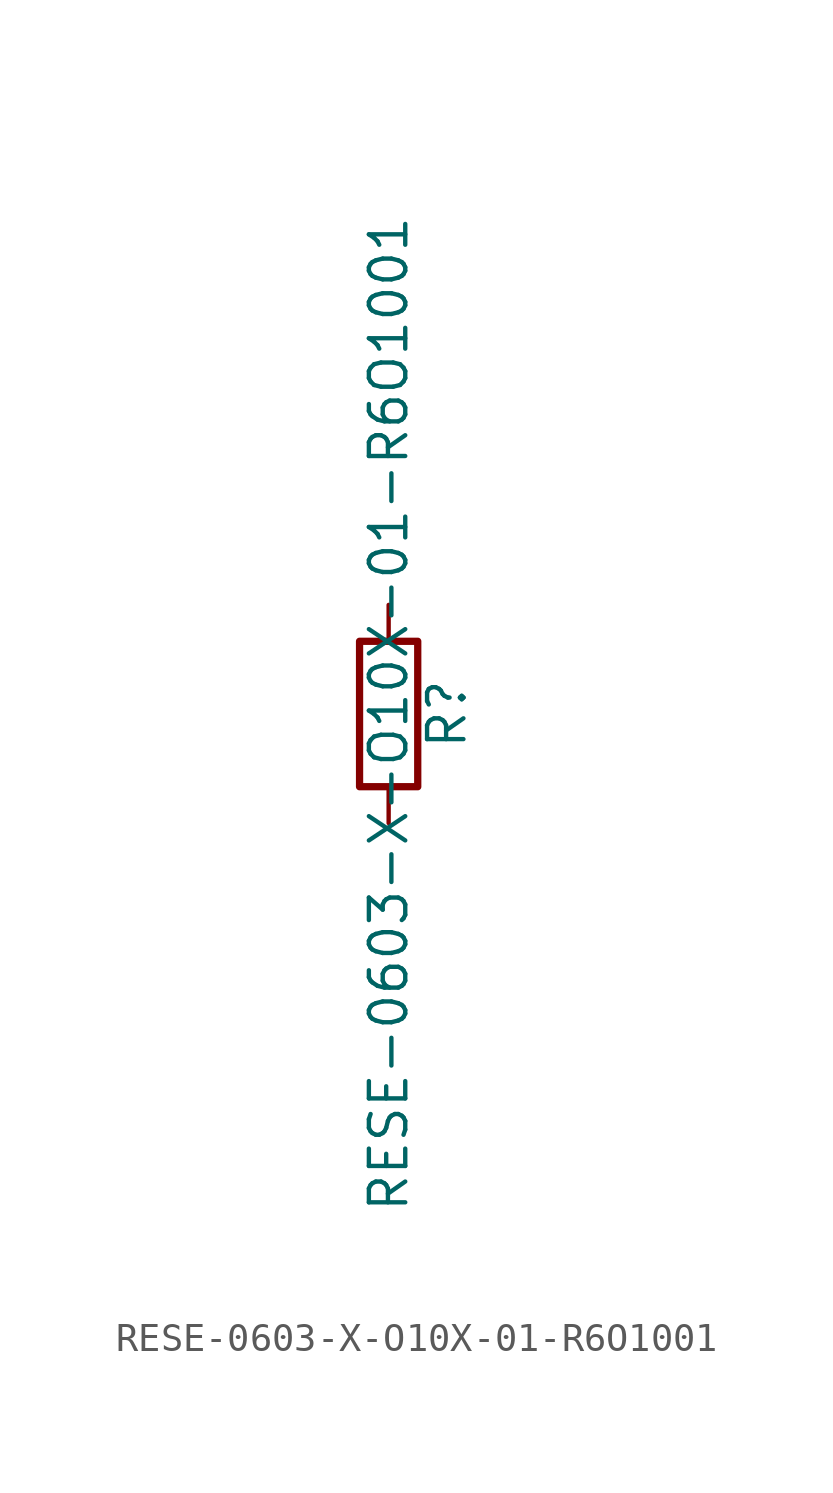
<source format=kicad_sym>
(kicad_symbol_lib
  (version 20211014)
  (generator kicad_symbol_editor)
  (symbol "RESE-0603-X-O10X-01-R6O1001"
    (pin_numbers hide)
    (pin_names
      (offset 0))
    (property "Reference" "R"
      (at 2.032 0 90)
      (effects (font (size 1.27 1.27))))
    (property "Value" "RESE-0603-X-O10X-01-R6O1001"
      (at 0 0 90)
      (effects (font (size 1.27 1.27))))
    (symbol "RESE-0603-X-O10X-01-R6O1001_0_1"
      (rectangle (start -1.016 -2.54) (end 1.016 2.54) (stroke (width 0.254) (type default) (color 0 0 0 0)) (fill (type none))))
    (symbol "RESE-0603-X-O10X-01-R6O1001_1_1"
      (pin passive line (at 0 3.81 270) (length 1.27) (name "~" (effects (font (size 1.27 1.27)))) (number "1" (effects (font (size 1.27 1.27)))))
      (pin passive line (at 0 -3.81 90) (length 1.27) (name "~" (effects (font (size 1.27 1.27)))) (number "2" (effects (font (size 1.27 1.27))))))))
</source>
